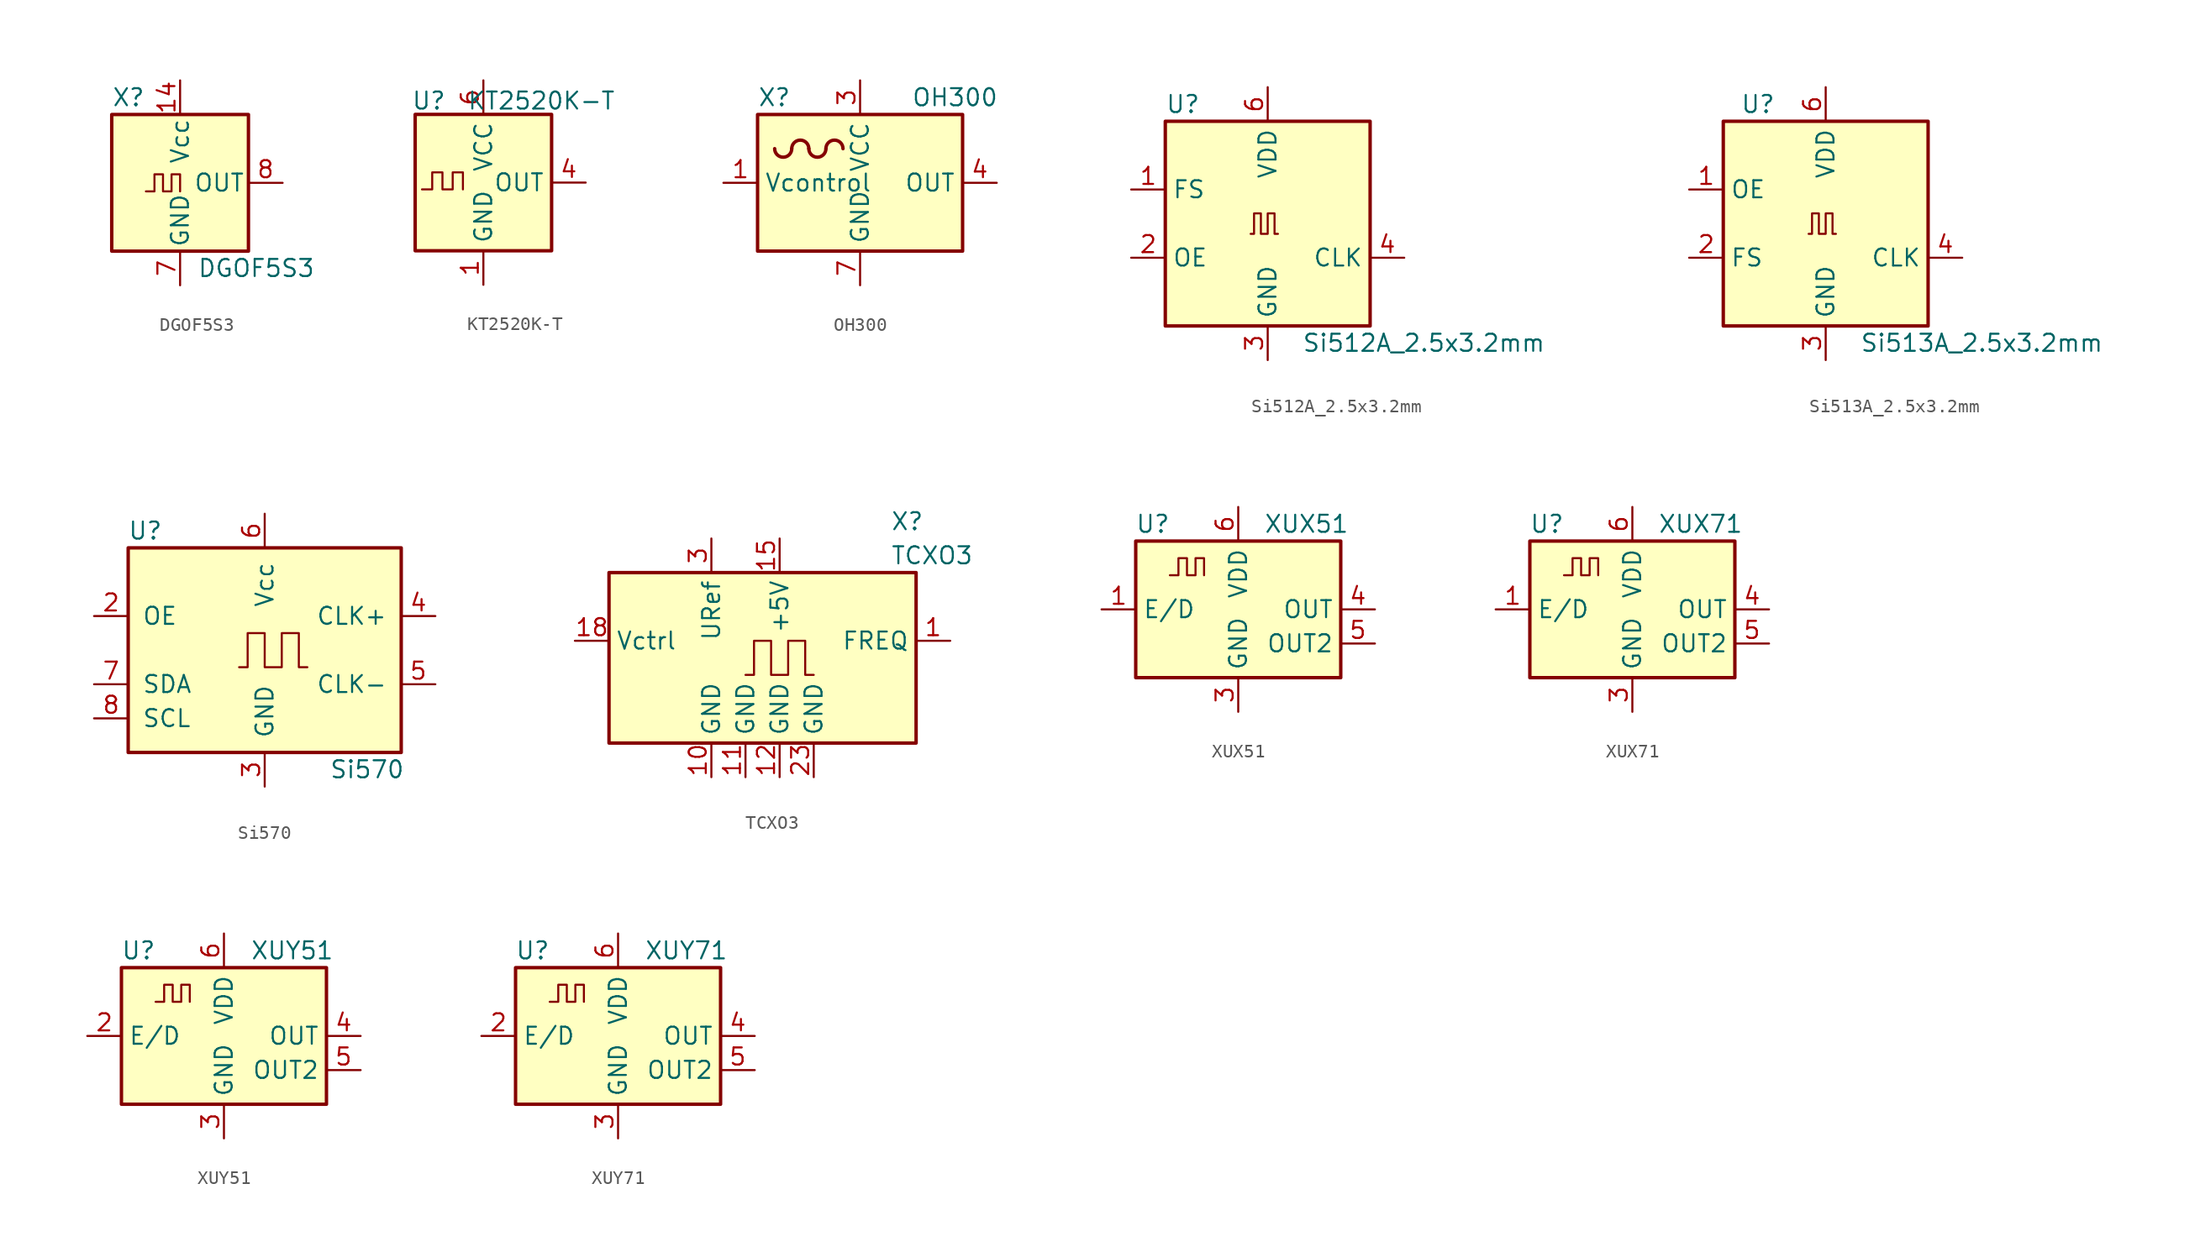
<source format=kicad_sym>
(kicad_symbol_lib
  (version 20200908)
  (generator kicad_symbol_editor)
  (symbol "Oscillator:DGOF5S3"
    (pin_names
      (offset 0.254))
    (property "Reference" "X"
      (at -5.08 6.35 0)
      (effects (font (size 1.27 1.27)) (justify left)))
    (property "Value" "DGOF5S3"
      (at 1.27 -6.35 0)
      (effects (font (size 1.27 1.27)) (justify left)))
    (symbol "DGOF5S3_0_1"
      (rectangle (start -5.08 5.08) (end 5.08 -5.08) (stroke (width 0.254)) (fill (type background)))
      (polyline (pts (xy -2.54 -0.635) (xy -1.905 -0.635) (xy -1.905 0.635) (xy -1.27 0.635) (xy -1.27 -0.635) (xy -0.635 -0.635) (xy -0.635 0.635) (xy 0 0.635) (xy 0 -0.635)) (stroke (width 0)) (fill (type none))))
    (symbol "DGOF5S3_1_1"
      (pin unconnected line (at -7.62 0 0) (length 2.54) hide (name "NC" (effects (font (size 1.27 1.27)))) (number "1" (effects (font (size 1.27 1.27)))))
      (pin power_in line (at 0 7.62 270) (length 2.54) (name "Vcc" (effects (font (size 1.27 1.27)))) (number "14" (effects (font (size 1.27 1.27)))))
      (pin power_in line (at 0 -7.62 90) (length 2.54) (name "GND" (effects (font (size 1.27 1.27)))) (number "7" (effects (font (size 1.27 1.27)))))
      (pin output line (at 7.62 0 180) (length 2.54) (name "OUT" (effects (font (size 1.27 1.27)))) (number "8" (effects (font (size 1.27 1.27)))))))
  (symbol "Oscillator:KT2520K-T"
    (property "Reference" "U"
      (at -4.064 6.096 0)
      (effects (font (size 1.27 1.27))))
    (property "Value" "KT2520K-T"
      (at 4.318 6.096 0)
      (effects (font (size 1.27 1.27))))
    (symbol "KT2520K-T_0_1"
      (rectangle (start -5.08 5.08) (end 5.08 -5.08) (stroke (width 0.254)) (fill (type background)))
      (polyline (pts (xy -4.572 -0.508) (xy -3.81 -0.508) (xy -3.81 0.762) (xy -3.048 0.762) (xy -3.048 -0.508) (xy -2.286 -0.508) (xy -2.286 0.762) (xy -1.524 0.762) (xy -1.524 -0.508)) (stroke (width 0)) (fill (type none))))
    (symbol "KT2520K-T_1_1"
      (pin power_in line (at 0 -7.62 90) (length 2.54) (name "GND" (effects (font (size 1.27 1.27)))) (number "1" (effects (font (size 1.27 1.27)))))
      (pin unconnected line (at -5.08 2.54 0) (length 2.54) hide (name "NC" (effects (font (size 1.27 1.27)))) (number "2" (effects (font (size 1.27 1.27)))))
      (pin passive line (at 0 -7.62 90) (length 2.54) hide (name "GND" (effects (font (size 1.27 1.27)))) (number "3" (effects (font (size 1.27 1.27)))))
      (pin output line (at 7.62 0 180) (length 2.54) (name "OUT" (effects (font (size 1.27 1.27)))) (number "4" (effects (font (size 1.27 1.27)))))
      (pin unconnected line (at -5.08 -2.54 0) (length 2.54) hide (name "NC" (effects (font (size 1.27 1.27)))) (number "5" (effects (font (size 1.27 1.27)))))
      (pin power_in line (at 0 7.62 270) (length 2.54) (name "VCC" (effects (font (size 1.27 1.27)))) (number "6" (effects (font (size 1.27 1.27)))))))
  (symbol "Oscillator:OH300"
    (property "Reference" "X"
      (at -7.62 6.35 0)
      (effects (font (size 1.27 1.27)) (justify left)))
    (property "Value" "OH300"
      (at 3.81 6.35 0)
      (effects (font (size 1.27 1.27)) (justify left)))
    (symbol "OH300_0_1"
      (arc (start -6.35 2.54) (end -5.08 2.54) (radius (at -5.715 2.54) (length 0.635) (angles -179.9 -0.1)) (stroke (width 0.254)) (fill (type none)))
      (arc (start -3.81 2.54) (end -5.08 2.54) (radius (at -4.445 2.54) (length 0.635) (angles 0.1 179.9)) (stroke (width 0.254)) (fill (type none)))
      (arc (start -3.81 2.54) (end -2.54 2.54) (radius (at -3.175 2.54) (length 0.635) (angles -179.9 -0.1)) (stroke (width 0.254)) (fill (type none)))
      (arc (start -1.27 2.54) (end -2.54 2.54) (radius (at -1.905 2.54) (length 0.635) (angles 0.1 179.9)) (stroke (width 0.254)) (fill (type none)))
      (rectangle (start -7.62 5.08) (end 7.62 -5.08) (stroke (width 0.254)) (fill (type background))))
    (symbol "OH300_1_1"
      (pin input line (at -10.16 0 0) (length 2.54) (name "Vcontrol" (effects (font (size 1.27 1.27)))) (number "1" (effects (font (size 1.27 1.27)))))
      (pin unconnected line (at 2.54 -5.08 90) (length 2.54) hide (name "NC" (effects (font (size 1.27 1.27)))) (number "2" (effects (font (size 1.27 1.27)))))
      (pin power_in line (at 0 7.62 270) (length 2.54) (name "VCC" (effects (font (size 1.27 1.27)))) (number "3" (effects (font (size 1.27 1.27)))))
      (pin output line (at 10.16 0 180) (length 2.54) (name "OUT" (effects (font (size 1.27 1.27)))) (number "4" (effects (font (size 1.27 1.27)))))
      (pin unconnected line (at -2.54 -5.08 90) (length 2.54) hide (name "NC" (effects (font (size 1.27 1.27)))) (number "5" (effects (font (size 1.27 1.27)))))
      (pin unconnected line (at -5.08 -5.08 90) (length 2.54) hide (name "NC" (effects (font (size 1.27 1.27)))) (number "6" (effects (font (size 1.27 1.27)))))
      (pin power_in line (at 0 -7.62 90) (length 2.54) (name "GND" (effects (font (size 1.27 1.27)))) (number "7" (effects (font (size 1.27 1.27)))))))
  (symbol "Oscillator:Si512A_2.5x3.2mm"
    (property "Reference" "U"
      (at -7.62 8.89 0)
      (effects (font (size 1.27 1.27)) (justify left)))
    (property "Value" "Si512A_2.5x3.2mm"
      (at 2.54 -8.89 0)
      (effects (font (size 1.27 1.27)) (justify left)))
    (symbol "Si512A_2.5x3.2mm_0_1"
      (rectangle (start -7.62 7.62) (end 7.62 -7.62) (stroke (width 0.254)) (fill (type background)))
      (polyline (pts (xy -1.27 -0.762) (xy -1.016 -0.762) (xy -1.016 0.762) (xy -0.508 0.762) (xy -0.508 -0.762) (xy 0 -0.762) (xy 0 0.762) (xy 0.508 0.762) (xy 0.508 -0.762) (xy 0.762 -0.762)) (stroke (width 0)) (fill (type none))))
    (symbol "Si512A_2.5x3.2mm_1_1"
      (pin input line (at -10.16 2.54 0) (length 2.54) (name "FS" (effects (font (size 1.27 1.27)))) (number "1" (effects (font (size 1.27 1.27)))))
      (pin input line (at -10.16 -2.54 0) (length 2.54) (name "OE" (effects (font (size 1.27 1.27)))) (number "2" (effects (font (size 1.27 1.27)))))
      (pin power_in line (at 0 -10.16 90) (length 2.54) (name "GND" (effects (font (size 1.27 1.27)))) (number "3" (effects (font (size 1.27 1.27)))))
      (pin output line (at 10.16 -2.54 180) (length 2.54) (name "CLK" (effects (font (size 1.27 1.27)))) (number "4" (effects (font (size 1.27 1.27)))))
      (pin unconnected line (at 7.62 2.54 180) (length 2.54) hide (name "NC" (effects (font (size 1.27 1.27)))) (number "5" (effects (font (size 1.27 1.27)))))
      (pin power_in line (at 0 10.16 270) (length 2.54) (name "VDD" (effects (font (size 1.27 1.27)))) (number "6" (effects (font (size 1.27 1.27)))))))
  (symbol "Oscillator:Si513A_2.5x3.2mm"
    (property "Reference" "U"
      (at -6.35 8.89 0)
      (effects (font (size 1.27 1.27)) (justify left)))
    (property "Value" "Si513A_2.5x3.2mm"
      (at 2.54 -8.89 0)
      (effects (font (size 1.27 1.27)) (justify left)))
    (symbol "Si513A_2.5x3.2mm_0_1"
      (rectangle (start -7.62 7.62) (end 7.62 -7.62) (stroke (width 0.254)) (fill (type background)))
      (polyline (pts (xy -1.27 -0.762) (xy -1.016 -0.762) (xy -1.016 0.762) (xy -0.508 0.762) (xy -0.508 -0.762) (xy 0 -0.762) (xy 0 0.762) (xy 0.508 0.762) (xy 0.508 -0.762) (xy 0.762 -0.762)) (stroke (width 0)) (fill (type none))))
    (symbol "Si513A_2.5x3.2mm_1_1"
      (pin input line (at -10.16 2.54 0) (length 2.54) (name "OE" (effects (font (size 1.27 1.27)))) (number "1" (effects (font (size 1.27 1.27)))))
      (pin input line (at -10.16 -2.54 0) (length 2.54) (name "FS" (effects (font (size 1.27 1.27)))) (number "2" (effects (font (size 1.27 1.27)))))
      (pin power_in line (at 0 -10.16 90) (length 2.54) (name "GND" (effects (font (size 1.27 1.27)))) (number "3" (effects (font (size 1.27 1.27)))))
      (pin output line (at 10.16 -2.54 180) (length 2.54) (name "CLK" (effects (font (size 1.27 1.27)))) (number "4" (effects (font (size 1.27 1.27)))))
      (pin unconnected line (at 7.62 2.54 180) (length 2.54) hide (name "NC" (effects (font (size 1.27 1.27)))) (number "5" (effects (font (size 1.27 1.27)))))
      (pin power_in line (at 0 10.16 270) (length 2.54) (name "VDD" (effects (font (size 1.27 1.27)))) (number "6" (effects (font (size 1.27 1.27)))))))
  (symbol "Oscillator:Si570"
    (pin_names
      (offset 1.016))
    (property "Reference" "U"
      (at -8.89 8.89 0)
      (effects (font (size 1.27 1.27))))
    (property "Value" "Si570"
      (at 7.62 -8.89 0)
      (effects (font (size 1.27 1.27))))
    (symbol "Si570_0_1"
      (rectangle (start -10.16 7.62) (end 10.16 -7.62) (stroke (width 0.254)) (fill (type background)))
      (polyline (pts (xy -1.905 -1.27) (xy -1.27 -1.27) (xy -1.27 1.27) (xy 0 1.27) (xy 0 -1.27) (xy 1.27 -1.27) (xy 1.27 1.27) (xy 2.54 1.27) (xy 2.54 -1.27) (xy 3.175 -1.27)) (stroke (width 0)) (fill (type none))))
    (symbol "Si570_1_1"
      (pin unconnected line (at -10.16 5.08 0) (length 2.54) hide (name "NC" (effects (font (size 1.27 1.27)))) (number "1" (effects (font (size 1.27 1.27)))))
      (pin input line (at -12.7 2.54 0) (length 2.54) (name "OE" (effects (font (size 1.27 1.27)))) (number "2" (effects (font (size 1.27 1.27)))))
      (pin power_in line (at 0 -10.16 90) (length 2.54) (name "GND" (effects (font (size 1.27 1.27)))) (number "3" (effects (font (size 1.27 1.27)))))
      (pin output line (at 12.7 2.54 180) (length 2.54) (name "CLK+" (effects (font (size 1.27 1.27)))) (number "4" (effects (font (size 1.27 1.27)))))
      (pin output line (at 12.7 -2.54 180) (length 2.54) (name "CLK-" (effects (font (size 1.27 1.27)))) (number "5" (effects (font (size 1.27 1.27)))))
      (pin power_in line (at 0 10.16 270) (length 2.54) (name "Vcc" (effects (font (size 1.27 1.27)))) (number "6" (effects (font (size 1.27 1.27)))))
      (pin bidirectional line (at -12.7 -2.54 0) (length 2.54) (name "SDA" (effects (font (size 1.27 1.27)))) (number "7" (effects (font (size 1.27 1.27)))))
      (pin input line (at -12.7 -5.08 0) (length 2.54) (name "SCL" (effects (font (size 1.27 1.27)))) (number "8" (effects (font (size 1.27 1.27)))))))
  (symbol "Oscillator:TCXO3"
    (property "Reference" "X"
      (at 8.255 11.43 0)
      (effects (font (size 1.27 1.27)) (justify left)))
    (property "Value" "TCXO3"
      (at 8.255 8.89 0)
      (effects (font (size 1.27 1.27)) (justify left)))
    (symbol "TCXO3_0_1"
      (rectangle (start -12.7 -5.08) (end 10.16 7.62) (stroke (width 0.254)) (fill (type background)))
      (polyline (pts (xy -2.54 0) (xy -1.905 0) (xy -1.905 2.54) (xy -0.635 2.54) (xy -0.635 0) (xy 0.635 0) (xy 0.635 2.54) (xy 1.905 2.54) (xy 1.905 0) (xy 2.54 0)) (stroke (width 0)) (fill (type none))))
    (symbol "TCXO3_1_1"
      (pin output line (at 12.7 2.54 180) (length 2.54) (name "FREQ" (effects (font (size 1.27 1.27)))) (number "1" (effects (font (size 1.27 1.27)))))
      (pin power_in line (at -5.08 -7.62 90) (length 2.54) (name "GND" (effects (font (size 1.27 1.27)))) (number "10" (effects (font (size 1.27 1.27)))))
      (pin power_in line (at -2.54 -7.62 90) (length 2.54) (name "GND" (effects (font (size 1.27 1.27)))) (number "11" (effects (font (size 1.27 1.27)))))
      (pin power_in line (at 0 -7.62 90) (length 2.54) (name "GND" (effects (font (size 1.27 1.27)))) (number "12" (effects (font (size 1.27 1.27)))))
      (pin unconnected line (at 7.62 -5.08 90) (length 2.54) hide (name "NC" (effects (font (size 1.27 1.27)))) (number "13" (effects (font (size 1.27 1.27)))))
      (pin unconnected line (at 10.16 0 180) (length 2.54) hide (name "NC" (effects (font (size 1.27 1.27)))) (number "14" (effects (font (size 1.27 1.27)))))
      (pin power_in line (at 0 10.16 270) (length 2.54) (name "+5V" (effects (font (size 1.27 1.27)))) (number "15" (effects (font (size 1.27 1.27)))))
      (pin unconnected line (at 5.08 7.62 270) (length 2.54) hide (name "NC" (effects (font (size 1.27 1.27)))) (number "16" (effects (font (size 1.27 1.27)))))
      (pin unconnected line (at -2.54 7.62 270) (length 2.54) hide (name "NC" (effects (font (size 1.27 1.27)))) (number "17" (effects (font (size 1.27 1.27)))))
      (pin input line (at -15.24 2.54 0) (length 2.54) (name "Vctrl" (effects (font (size 1.27 1.27)))) (number "18" (effects (font (size 1.27 1.27)))))
      (pin unconnected line (at -7.62 7.62 270) (length 2.54) hide (name "NC" (effects (font (size 1.27 1.27)))) (number "19" (effects (font (size 1.27 1.27)))))
      (pin unconnected line (at 10.16 5.08 180) (length 2.54) hide (name "NC" (effects (font (size 1.27 1.27)))) (number "2" (effects (font (size 1.27 1.27)))))
      (pin unconnected line (at -10.16 7.62 270) (length 2.54) hide (name "NC" (effects (font (size 1.27 1.27)))) (number "20" (effects (font (size 1.27 1.27)))))
      (pin unconnected line (at 7.62 7.62 270) (length 2.54) hide (name "NC" (effects (font (size 1.27 1.27)))) (number "21" (effects (font (size 1.27 1.27)))))
      (pin unconnected line (at 10.16 -2.54 180) (length 2.54) hide (name "NC" (effects (font (size 1.27 1.27)))) (number "22" (effects (font (size 1.27 1.27)))))
      (pin power_in line (at 2.54 -7.62 90) (length 2.54) (name "GND" (effects (font (size 1.27 1.27)))) (number "23" (effects (font (size 1.27 1.27)))))
      (pin power_out line (at -5.08 10.16 270) (length 2.54) (name "URef" (effects (font (size 1.27 1.27)))) (number "3" (effects (font (size 1.27 1.27)))))
      (pin unconnected line (at -12.7 5.08 0) (length 2.54) hide (name "NC" (effects (font (size 1.27 1.27)))) (number "4" (effects (font (size 1.27 1.27)))))
      (pin unconnected line (at 2.54 7.62 270) (length 2.54) hide (name "NC" (effects (font (size 1.27 1.27)))) (number "5" (effects (font (size 1.27 1.27)))))
      (pin unconnected line (at -12.7 0 0) (length 2.54) hide (name "NC" (effects (font (size 1.27 1.27)))) (number "6" (effects (font (size 1.27 1.27)))))
      (pin unconnected line (at -12.7 -2.54 0) (length 2.54) hide (name "NC" (effects (font (size 1.27 1.27)))) (number "7" (effects (font (size 1.27 1.27)))))
      (pin unconnected line (at -7.62 -5.08 90) (length 2.54) hide (name "NC" (effects (font (size 1.27 1.27)))) (number "8" (effects (font (size 1.27 1.27)))))
      (pin unconnected line (at 5.08 -5.08 90) (length 2.54) hide (name "NC" (effects (font (size 1.27 1.27)))) (number "9" (effects (font (size 1.27 1.27)))))))
  (symbol "Oscillator:XUX51"
    (property "Reference" "U"
      (at -6.35 6.35 0)
      (effects (font (size 1.27 1.27))))
    (property "Value" "XUX51"
      (at 5.08 6.35 0)
      (effects (font (size 1.27 1.27))))
    (symbol "XUX51_0_1"
      (rectangle (start -7.62 5.08) (end 7.62 -5.08) (stroke (width 0.254)) (fill (type background)))
      (polyline (pts (xy -5.08 2.54) (xy -4.445 2.54) (xy -4.445 3.81) (xy -3.81 3.81) (xy -3.81 2.54) (xy -3.175 2.54) (xy -3.175 3.81) (xy -2.54 3.81) (xy -2.54 2.54)) (stroke (width 0)) (fill (type none))))
    (symbol "XUX51_1_1"
      (pin input line (at -10.16 0 0) (length 2.54) (name "E/D" (effects (font (size 1.27 1.27)))) (number "1" (effects (font (size 1.27 1.27)))))
      (pin unconnected line (at -7.62 -2.54 0) (length 2.54) hide (name "NC" (effects (font (size 1.27 1.27)))) (number "2" (effects (font (size 1.27 1.27)))))
      (pin power_in line (at 0 -7.62 90) (length 2.54) (name "GND" (effects (font (size 1.27 1.27)))) (number "3" (effects (font (size 1.27 1.27)))))
      (pin output line (at 10.16 0 180) (length 2.54) (name "OUT" (effects (font (size 1.27 1.27)))) (number "4" (effects (font (size 1.27 1.27)))))
      (pin output line (at 10.16 -2.54 180) (length 2.54) (name "OUT2" (effects (font (size 1.27 1.27)))) (number "5" (effects (font (size 1.27 1.27)))))
      (pin power_in line (at 0 7.62 270) (length 2.54) (name "VDD" (effects (font (size 1.27 1.27)))) (number "6" (effects (font (size 1.27 1.27)))))))
  (symbol "Oscillator:XUX71"
    (property "Reference" "U"
      (at -6.35 6.35 0)
      (effects (font (size 1.27 1.27))))
    (property "Value" "XUX71"
      (at 5.08 6.35 0)
      (effects (font (size 1.27 1.27))))
    (symbol "XUX71_0_1"
      (rectangle (start -7.62 5.08) (end 7.62 -5.08) (stroke (width 0.254)) (fill (type background))))
    (symbol "XUX71_1_1"
      (polyline (pts (xy -5.08 2.54) (xy -4.445 2.54) (xy -4.445 3.81) (xy -3.81 3.81) (xy -3.81 2.54) (xy -3.175 2.54) (xy -3.175 3.81) (xy -2.54 3.81) (xy -2.54 2.54)) (stroke (width 0)) (fill (type none)))
      (pin input line (at -10.16 0 0) (length 2.54) (name "E/D" (effects (font (size 1.27 1.27)))) (number "1" (effects (font (size 1.27 1.27)))))
      (pin unconnected line (at -7.62 -2.54 0) (length 2.54) hide (name "NC" (effects (font (size 1.27 1.27)))) (number "2" (effects (font (size 1.27 1.27)))))
      (pin power_in line (at 0 -7.62 90) (length 2.54) (name "GND" (effects (font (size 1.27 1.27)))) (number "3" (effects (font (size 1.27 1.27)))))
      (pin output line (at 10.16 0 180) (length 2.54) (name "OUT" (effects (font (size 1.27 1.27)))) (number "4" (effects (font (size 1.27 1.27)))))
      (pin output line (at 10.16 -2.54 180) (length 2.54) (name "OUT2" (effects (font (size 1.27 1.27)))) (number "5" (effects (font (size 1.27 1.27)))))
      (pin power_in line (at 0 7.62 270) (length 2.54) (name "VDD" (effects (font (size 1.27 1.27)))) (number "6" (effects (font (size 1.27 1.27)))))))
  (symbol "Oscillator:XUY51"
    (property "Reference" "U"
      (at -6.35 6.35 0)
      (effects (font (size 1.27 1.27))))
    (property "Value" "XUY51"
      (at 5.08 6.35 0)
      (effects (font (size 1.27 1.27))))
    (symbol "XUY51_0_1"
      (rectangle (start -7.62 5.08) (end 7.62 -5.08) (stroke (width 0.254)) (fill (type background))))
    (symbol "XUY51_1_1"
      (polyline (pts (xy -5.08 2.54) (xy -4.445 2.54) (xy -4.445 3.81) (xy -3.81 3.81) (xy -3.81 2.54) (xy -3.175 2.54) (xy -3.175 3.81) (xy -2.54 3.81) (xy -2.54 2.54)) (stroke (width 0)) (fill (type none)))
      (pin unconnected line (at -7.62 -2.54 0) (length 2.54) hide (name "NC" (effects (font (size 1.27 1.27)))) (number "1" (effects (font (size 1.27 1.27)))))
      (pin input line (at -10.16 0 0) (length 2.54) (name "E/D" (effects (font (size 1.27 1.27)))) (number "2" (effects (font (size 1.27 1.27)))))
      (pin power_in line (at 0 -7.62 90) (length 2.54) (name "GND" (effects (font (size 1.27 1.27)))) (number "3" (effects (font (size 1.27 1.27)))))
      (pin output line (at 10.16 0 180) (length 2.54) (name "OUT" (effects (font (size 1.27 1.27)))) (number "4" (effects (font (size 1.27 1.27)))))
      (pin output line (at 10.16 -2.54 180) (length 2.54) (name "OUT2" (effects (font (size 1.27 1.27)))) (number "5" (effects (font (size 1.27 1.27)))))
      (pin power_in line (at 0 7.62 270) (length 2.54) (name "VDD" (effects (font (size 1.27 1.27)))) (number "6" (effects (font (size 1.27 1.27)))))))
  (symbol "Oscillator:XUY71"
    (property "Reference" "U"
      (at -6.35 6.35 0)
      (effects (font (size 1.27 1.27))))
    (property "Value" "XUY71"
      (at 5.08 6.35 0)
      (effects (font (size 1.27 1.27))))
    (symbol "XUY71_0_1"
      (rectangle (start -7.62 5.08) (end 7.62 -5.08) (stroke (width 0.254)) (fill (type background))))
    (symbol "XUY71_1_1"
      (polyline (pts (xy -5.08 2.54) (xy -4.445 2.54) (xy -4.445 3.81) (xy -3.81 3.81) (xy -3.81 2.54) (xy -3.175 2.54) (xy -3.175 3.81) (xy -2.54 3.81) (xy -2.54 2.54)) (stroke (width 0)) (fill (type none)))
      (pin unconnected line (at -7.62 -2.54 0) (length 2.54) hide (name "NC" (effects (font (size 1.27 1.27)))) (number "1" (effects (font (size 1.27 1.27)))))
      (pin input line (at -10.16 0 0) (length 2.54) (name "E/D" (effects (font (size 1.27 1.27)))) (number "2" (effects (font (size 1.27 1.27)))))
      (pin power_in line (at 0 -7.62 90) (length 2.54) (name "GND" (effects (font (size 1.27 1.27)))) (number "3" (effects (font (size 1.27 1.27)))))
      (pin output line (at 10.16 0 180) (length 2.54) (name "OUT" (effects (font (size 1.27 1.27)))) (number "4" (effects (font (size 1.27 1.27)))))
      (pin output line (at 10.16 -2.54 180) (length 2.54) (name "OUT2" (effects (font (size 1.27 1.27)))) (number "5" (effects (font (size 1.27 1.27)))))
      (pin power_in line (at 0 7.62 270) (length 2.54) (name "VDD" (effects (font (size 1.27 1.27)))) (number "6" (effects (font (size 1.27 1.27))))))))
</source>
